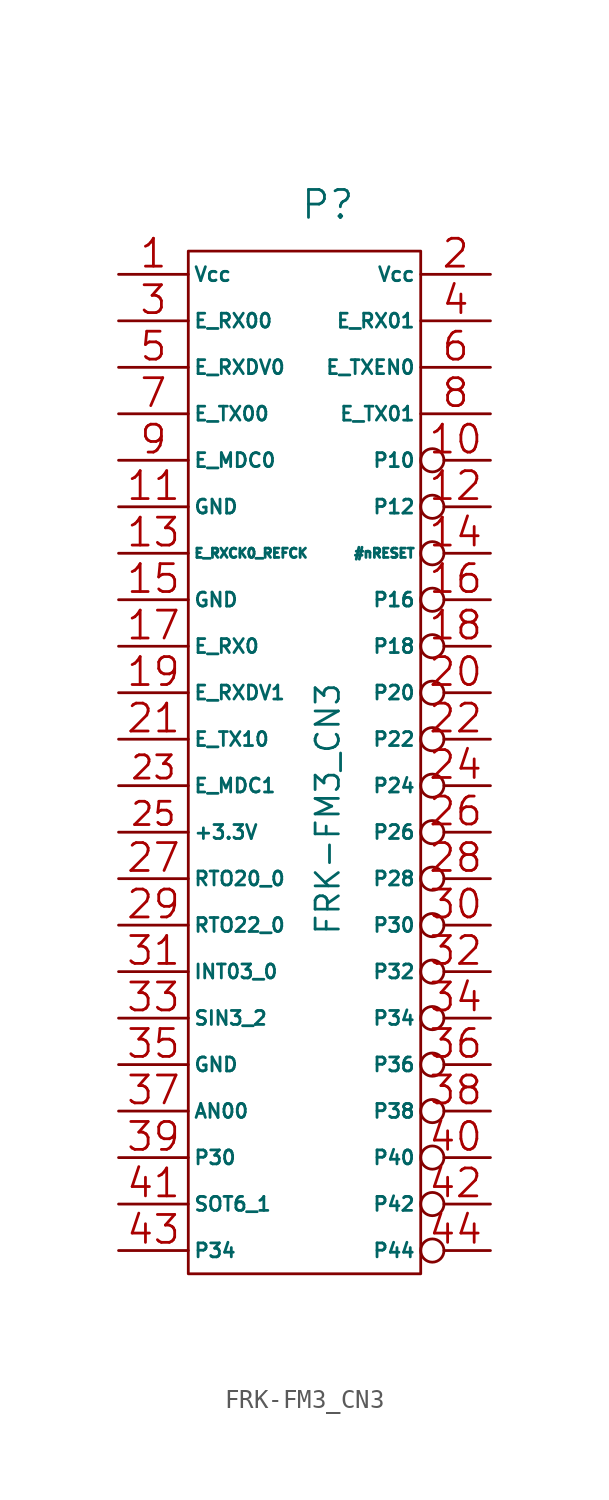
<source format=kicad_sym>
(kicad_symbol_lib
  (version 20220914)
  (generator kicad_symbol_editor)
  (symbol "FRK-FM3_CN3"
    (pin_names
      (offset 0.254))
    (property "Reference" "P"
      (at 1.27 34.29 0)
      (effects (font (size 1.524 1.524))))
    (property "Value" "FRK-FM3_CN3"
      (at 1.27 1.27 90)
      (effects (font (size 1.27 1.27))))
    (property "Footprint" ""
      (at 1.27 1.27 0)
      (effects (font (size 1.524 1.524))))
    (property "Datasheet" ""
      (at 1.27 1.27 0)
      (effects (font (size 1.524 1.524))))
    (symbol "FRK-FM3_CN3_0_1"
      (rectangle (start -6.35 31.75) (end 6.35 -24.13) (stroke (width 0) (type solid)) (fill (type none))))
    (symbol "FRK-FM3_CN3_1_1"
      (pin passive line (at -10.16 30.48 0) (length 3.81) (name "Vcc" (effects (font (size 0.762 0.762)))) (number "1" (effects (font (size 1.524 1.524)))))
      (pin passive inverted (at 10.16 20.32 180) (length 3.81) (name "P10" (effects (font (size 0.762 0.762)))) (number "10" (effects (font (size 1.524 1.524)))))
      (pin passive line (at -10.16 17.78 0) (length 3.81) (name "GND" (effects (font (size 0.762 0.762)))) (number "11" (effects (font (size 1.524 1.524)))))
      (pin passive inverted (at 10.16 17.78 180) (length 3.81) (name "P12" (effects (font (size 0.762 0.762)))) (number "12" (effects (font (size 1.524 1.524)))))
      (pin passive line (at -10.16 15.24 0) (length 3.81) (name "E_RXCK0_REFCK" (effects (font (size 0.508 0.508)))) (number "13" (effects (font (size 1.524 1.524)))))
      (pin passive inverted (at 10.16 15.24 180) (length 3.81) (name "#nRESET" (effects (font (size 0.508 0.508)))) (number "14" (effects (font (size 1.524 1.524)))))
      (pin passive line (at -10.16 12.7 0) (length 3.81) (name "GND" (effects (font (size 0.762 0.762)))) (number "15" (effects (font (size 1.524 1.524)))))
      (pin passive inverted (at 10.16 12.7 180) (length 3.81) (name "P16" (effects (font (size 0.762 0.762)))) (number "16" (effects (font (size 1.524 1.524)))))
      (pin passive line (at -10.16 10.16 0) (length 3.81) (name "E_RX0" (effects (font (size 0.762 0.762)))) (number "17" (effects (font (size 1.524 1.524)))))
      (pin passive inverted (at 10.16 10.16 180) (length 3.81) (name "P18" (effects (font (size 0.762 0.762)))) (number "18" (effects (font (size 1.524 1.524)))))
      (pin passive line (at -10.16 7.62 0) (length 3.81) (name "E_RXDV1" (effects (font (size 0.762 0.762)))) (number "19" (effects (font (size 1.524 1.524)))))
      (pin passive line (at 10.16 30.48 180) (length 3.81) (name "Vcc" (effects (font (size 0.762 0.762)))) (number "2" (effects (font (size 1.524 1.524)))))
      (pin passive inverted (at 10.16 7.62 180) (length 3.81) (name "P20" (effects (font (size 0.762 0.762)))) (number "20" (effects (font (size 1.524 1.524)))))
      (pin passive line (at -10.16 5.08 0) (length 3.81) (name "E_TX10" (effects (font (size 0.762 0.762)))) (number "21" (effects (font (size 1.524 1.524)))))
      (pin passive inverted (at 10.16 5.08 180) (length 3.81) (name "P22" (effects (font (size 0.762 0.762)))) (number "22" (effects (font (size 1.524 1.524)))))
      (pin input line (at -10.16 2.54 0) (length 3.81) (name "E_MDC1" (effects (font (size 0.762 0.762)))) (number "23" (effects (font (size 1.27 1.27)))))
      (pin passive inverted (at 10.16 2.54 180) (length 3.81) (name "P24" (effects (font (size 0.762 0.762)))) (number "24" (effects (font (size 1.524 1.524)))))
      (pin input line (at -10.16 0 0) (length 3.81) (name "+3.3V" (effects (font (size 0.762 0.762)))) (number "25" (effects (font (size 1.27 1.27)))))
      (pin passive inverted (at 10.16 0 180) (length 3.81) (name "P26" (effects (font (size 0.762 0.762)))) (number "26" (effects (font (size 1.524 1.524)))))
      (pin passive line (at -10.16 -2.54 0) (length 3.81) (name "RTO20_0" (effects (font (size 0.762 0.762)))) (number "27" (effects (font (size 1.524 1.524)))))
      (pin passive inverted (at 10.16 -2.54 180) (length 3.81) (name "P28" (effects (font (size 0.762 0.762)))) (number "28" (effects (font (size 1.524 1.524)))))
      (pin passive line (at -10.16 -5.08 0) (length 3.81) (name "RTO22_0" (effects (font (size 0.762 0.762)))) (number "29" (effects (font (size 1.524 1.524)))))
      (pin passive line (at -10.16 27.94 0) (length 3.81) (name "E_RX00" (effects (font (size 0.762 0.762)))) (number "3" (effects (font (size 1.524 1.524)))))
      (pin passive inverted (at 10.16 -5.08 180) (length 3.81) (name "P30" (effects (font (size 0.762 0.762)))) (number "30" (effects (font (size 1.524 1.524)))))
      (pin passive line (at -10.16 -7.62 0) (length 3.81) (name "INT03_0" (effects (font (size 0.762 0.762)))) (number "31" (effects (font (size 1.524 1.524)))))
      (pin passive inverted (at 10.16 -7.62 180) (length 3.81) (name "P32" (effects (font (size 0.762 0.762)))) (number "32" (effects (font (size 1.524 1.524)))))
      (pin passive line (at -10.16 -10.16 0) (length 3.81) (name "SIN3_2" (effects (font (size 0.762 0.762)))) (number "33" (effects (font (size 1.524 1.524)))))
      (pin passive inverted (at 10.16 -10.16 180) (length 3.81) (name "P34" (effects (font (size 0.762 0.762)))) (number "34" (effects (font (size 1.524 1.524)))))
      (pin passive line (at -10.16 -12.7 0) (length 3.81) (name "GND" (effects (font (size 0.762 0.762)))) (number "35" (effects (font (size 1.524 1.524)))))
      (pin passive inverted (at 10.16 -12.7 180) (length 3.81) (name "P36" (effects (font (size 0.762 0.762)))) (number "36" (effects (font (size 1.524 1.524)))))
      (pin passive line (at -10.16 -15.24 0) (length 3.81) (name "AN00" (effects (font (size 0.762 0.762)))) (number "37" (effects (font (size 1.524 1.524)))))
      (pin passive inverted (at 10.16 -15.24 180) (length 3.81) (name "P38" (effects (font (size 0.762 0.762)))) (number "38" (effects (font (size 1.524 1.524)))))
      (pin passive line (at -10.16 -17.78 0) (length 3.81) (name "P30" (effects (font (size 0.762 0.762)))) (number "39" (effects (font (size 1.524 1.524)))))
      (pin passive line (at 10.16 27.94 180) (length 3.81) (name "E_RX01" (effects (font (size 0.762 0.762)))) (number "4" (effects (font (size 1.524 1.524)))))
      (pin passive inverted (at 10.16 -17.78 180) (length 3.81) (name "P40" (effects (font (size 0.762 0.762)))) (number "40" (effects (font (size 1.524 1.524)))))
      (pin passive line (at -10.16 -20.32 0) (length 3.81) (name "SOT6_1" (effects (font (size 0.762 0.762)))) (number "41" (effects (font (size 1.524 1.524)))))
      (pin passive inverted (at 10.16 -20.32 180) (length 3.81) (name "P42" (effects (font (size 0.762 0.762)))) (number "42" (effects (font (size 1.524 1.524)))))
      (pin passive line (at -10.16 -22.86 0) (length 3.81) (name "P34" (effects (font (size 0.762 0.762)))) (number "43" (effects (font (size 1.524 1.524)))))
      (pin passive inverted (at 10.16 -22.86 180) (length 3.81) (name "P44" (effects (font (size 0.762 0.762)))) (number "44" (effects (font (size 1.524 1.524)))))
      (pin passive line (at -10.16 25.4 0) (length 3.81) (name "E_RXDV0" (effects (font (size 0.762 0.762)))) (number "5" (effects (font (size 1.524 1.524)))))
      (pin passive line (at 10.16 25.4 180) (length 3.81) (name "E_TXEN0" (effects (font (size 0.762 0.762)))) (number "6" (effects (font (size 1.524 1.524)))))
      (pin passive line (at -10.16 22.86 0) (length 3.81) (name "E_TX00" (effects (font (size 0.762 0.762)))) (number "7" (effects (font (size 1.524 1.524)))))
      (pin passive line (at 10.16 22.86 180) (length 3.81) (name "E_TX01" (effects (font (size 0.762 0.762)))) (number "8" (effects (font (size 1.524 1.524)))))
      (pin passive line (at -10.16 20.32 0) (length 3.81) (name "E_MDC0" (effects (font (size 0.762 0.762)))) (number "9" (effects (font (size 1.524 1.524))))))))
</source>
